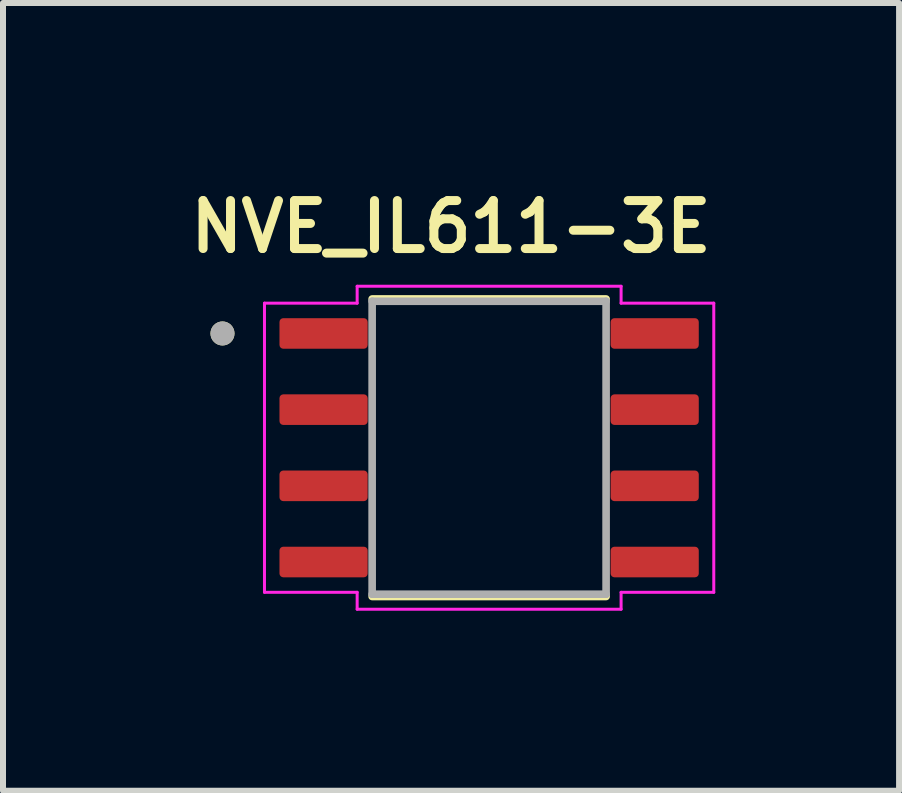
<source format=kicad_pcb>
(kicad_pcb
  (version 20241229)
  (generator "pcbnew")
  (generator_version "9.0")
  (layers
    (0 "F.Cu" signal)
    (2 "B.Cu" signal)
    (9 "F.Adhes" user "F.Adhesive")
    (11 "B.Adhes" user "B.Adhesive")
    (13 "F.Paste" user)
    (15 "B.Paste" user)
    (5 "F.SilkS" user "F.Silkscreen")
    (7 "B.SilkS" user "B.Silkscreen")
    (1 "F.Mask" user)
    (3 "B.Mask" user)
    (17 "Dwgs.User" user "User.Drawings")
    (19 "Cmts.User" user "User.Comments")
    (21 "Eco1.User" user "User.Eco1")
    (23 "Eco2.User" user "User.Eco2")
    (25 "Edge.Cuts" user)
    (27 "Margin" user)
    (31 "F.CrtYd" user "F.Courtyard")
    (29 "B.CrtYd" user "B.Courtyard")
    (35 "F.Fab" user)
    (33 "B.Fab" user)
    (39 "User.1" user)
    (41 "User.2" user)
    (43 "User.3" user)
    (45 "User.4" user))
  (footprint "NVE_IL611-3E"
    (layer "F.Cu")
    (at 5.104 4.414)
    (property "Reference" "NVE_IL611-3E" (at -0.635 -3.683 0) (layer "F.SilkS") (effects (font (size 0.8 0.8) (thickness 0.15))))
    (attr smd)
    (fp_line (start -1.95 2.48) (end 1.95 2.48) (stroke (width 0.127) (type solid)) (layer "F.SilkS"))
    (fp_line (start 1.95 -2.48) (end -1.95 -2.48) (stroke (width 0.127) (type solid)) (layer "F.SilkS"))
    (fp_circle (center -4.445 -1.905) (end -4.345 -1.905) (stroke (width 0.2) (type solid)) (fill no) (layer "F.SilkS"))
    (fp_line (start -3.745 -2.41) (end -2.2 -2.41) (stroke (width 0.05) (type solid)) (layer "F.CrtYd"))
    (fp_line (start -3.745 2.41) (end -3.745 -2.41) (stroke (width 0.05) (type solid)) (layer "F.CrtYd"))
    (fp_line (start -2.2 -2.692) (end 2.2 -2.692) (stroke (width 0.05) (type solid)) (layer "F.CrtYd"))
    (fp_line (start -2.2 -2.41) (end -2.2 -2.692) (stroke (width 0.05) (type solid)) (layer "F.CrtYd"))
    (fp_line (start -2.2 2.41) (end -3.745 2.41) (stroke (width 0.05) (type solid)) (layer "F.CrtYd"))
    (fp_line (start -2.2 2.692) (end -2.2 2.41) (stroke (width 0.05) (type solid)) (layer "F.CrtYd"))
    (fp_line (start 2.2 -2.692) (end 2.2 -2.41) (stroke (width 0.05) (type solid)) (layer "F.CrtYd"))
    (fp_line (start 2.2 -2.41) (end 3.745 -2.41) (stroke (width 0.05) (type solid)) (layer "F.CrtYd"))
    (fp_line (start 2.2 2.41) (end 2.2 2.692) (stroke (width 0.05) (type solid)) (layer "F.CrtYd"))
    (fp_line (start 2.2 2.692) (end -2.2 2.692) (stroke (width 0.05) (type solid)) (layer "F.CrtYd"))
    (fp_line (start 3.745 -2.41) (end 3.745 2.41) (stroke (width 0.05) (type solid)) (layer "F.CrtYd"))
    (fp_line (start 3.745 2.41) (end 2.2 2.41) (stroke (width 0.05) (type solid)) (layer "F.CrtYd"))
    (fp_line (start -1.95 -2.442) (end -1.95 2.442) (stroke (width 0.127) (type solid)) (layer "F.Fab"))
    (fp_line (start -1.95 2.442) (end 1.95 2.442) (stroke (width 0.127) (type solid)) (layer "F.Fab"))
    (fp_line (start 1.95 -2.442) (end -1.95 -2.442) (stroke (width 0.127) (type solid)) (layer "F.Fab"))
    (fp_line (start 1.95 2.442) (end 1.95 -2.442) (stroke (width 0.127) (type solid)) (layer "F.Fab"))
    (fp_circle (center -4.445 -1.905) (end -4.345 -1.905) (stroke (width 0.2) (type solid)) (fill no) (layer "F.Fab"))
    (pad "1" smd roundrect (at -2.76 -1.905) (size 1.47 0.51) (layers "F.Cu" "F.Mask" "F.Paste") (roundrect_rratio 0.125))
    (pad "2" smd roundrect (at -2.76 -0.635) (size 1.47 0.51) (layers "F.Cu" "F.Mask" "F.Paste") (roundrect_rratio 0.125))
    (pad "3" smd roundrect (at -2.76 0.635) (size 1.47 0.51) (layers "F.Cu" "F.Mask" "F.Paste") (roundrect_rratio 0.125))
    (pad "4" smd roundrect (at -2.76 1.905) (size 1.47 0.51) (layers "F.Cu" "F.Mask" "F.Paste") (roundrect_rratio 0.125))
    (pad "5" smd roundrect (at 2.76 1.905) (size 1.47 0.51) (layers "F.Cu" "F.Mask" "F.Paste") (roundrect_rratio 0.125))
    (pad "6" smd roundrect (at 2.76 0.635) (size 1.47 0.51) (layers "F.Cu" "F.Mask" "F.Paste") (roundrect_rratio 0.125))
    (pad "7" smd roundrect (at 2.76 -0.635) (size 1.47 0.51) (layers "F.Cu" "F.Mask" "F.Paste") (roundrect_rratio 0.125))
    (pad "8" smd roundrect (at 2.76 -1.905) (size 1.47 0.51) (layers "F.Cu" "F.Mask" "F.Paste") (roundrect_rratio 0.125)))
  (gr_rect
    (start -3 -3)
    (end 11.938 10.132)
    (stroke (width 0.1) (type default))
    (fill no)
    (layer "Edge.Cuts")))
</source>
